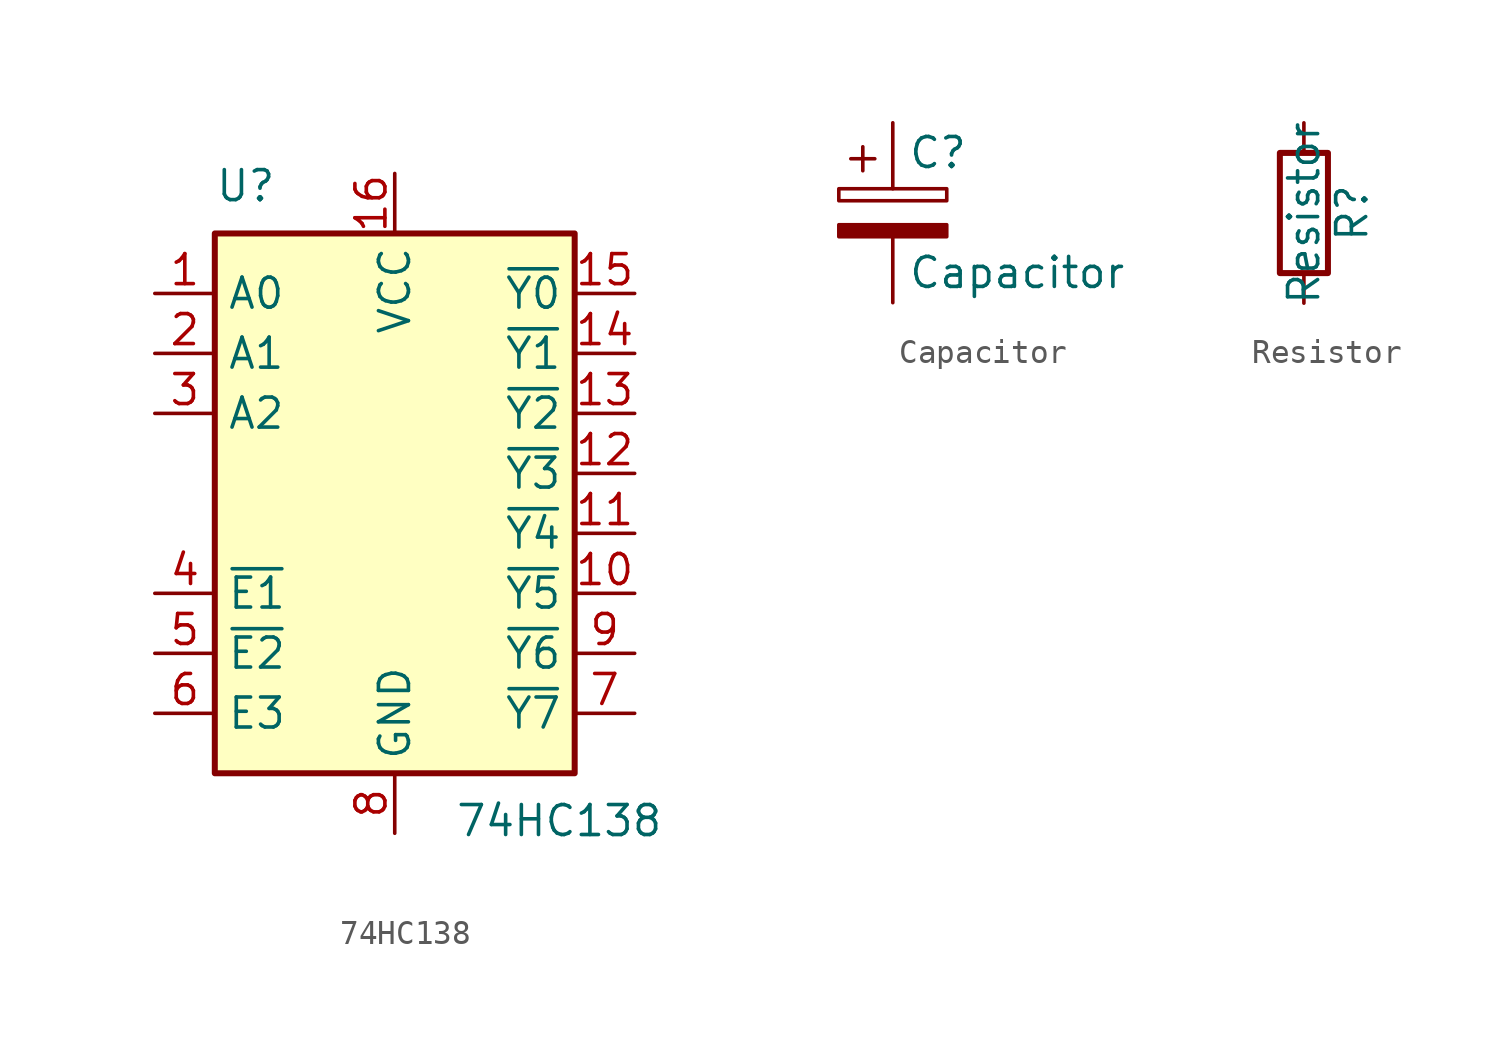
<source format=kicad_sym>
(kicad_symbol_lib
  (version 20220914)
  (generator kicad_symbol_editor)
  (symbol "74HC138"
    (property "Reference" "U"
      (at -7.62 13.97 0)
      (effects (font (size 1.27 1.27)) (justify left bottom)))
    (property "Value" "74HC138"
      (at 2.54 -11.43 0)
      (effects (font (size 1.27 1.27)) (justify left top)))
    (symbol "74HC138_0_1"
      (rectangle (start -7.62 12.7) (end 7.62 -10.16) (stroke (width 0.254) (type default)) (fill (type background))))
    (symbol "74HC138_1_1"
      (pin input line (at -10.16 10.16 0) (length 2.54) (name "A0" (effects (font (size 1.27 1.27)))) (number "1" (effects (font (size 1.27 1.27)))))
      (pin output line (at 10.16 -2.54 180) (length 2.54) (name "~{Y5}" (effects (font (size 1.27 1.27)))) (number "10" (effects (font (size 1.27 1.27)))))
      (pin output line (at 10.16 0 180) (length 2.54) (name "~{Y4}" (effects (font (size 1.27 1.27)))) (number "11" (effects (font (size 1.27 1.27)))))
      (pin output line (at 10.16 2.54 180) (length 2.54) (name "~{Y3}" (effects (font (size 1.27 1.27)))) (number "12" (effects (font (size 1.27 1.27)))))
      (pin output line (at 10.16 5.08 180) (length 2.54) (name "~{Y2}" (effects (font (size 1.27 1.27)))) (number "13" (effects (font (size 1.27 1.27)))))
      (pin output line (at 10.16 7.62 180) (length 2.54) (name "~{Y1}" (effects (font (size 1.27 1.27)))) (number "14" (effects (font (size 1.27 1.27)))))
      (pin output line (at 10.16 10.16 180) (length 2.54) (name "~{Y0}" (effects (font (size 1.27 1.27)))) (number "15" (effects (font (size 1.27 1.27)))))
      (pin power_in line (at 0 15.24 270) (length 2.54) (name "VCC" (effects (font (size 1.27 1.27)))) (number "16" (effects (font (size 1.27 1.27)))))
      (pin input line (at -10.16 7.62 0) (length 2.54) (name "A1" (effects (font (size 1.27 1.27)))) (number "2" (effects (font (size 1.27 1.27)))))
      (pin input line (at -10.16 5.08 0) (length 2.54) (name "A2" (effects (font (size 1.27 1.27)))) (number "3" (effects (font (size 1.27 1.27)))))
      (pin input line (at -10.16 -2.54 0) (length 2.54) (name "~{E1}" (effects (font (size 1.27 1.27)))) (number "4" (effects (font (size 1.27 1.27)))))
      (pin input line (at -10.16 -5.08 0) (length 2.54) (name "~{E2}" (effects (font (size 1.27 1.27)))) (number "5" (effects (font (size 1.27 1.27)))))
      (pin input line (at -10.16 -7.62 0) (length 2.54) (name "E3" (effects (font (size 1.27 1.27)))) (number "6" (effects (font (size 1.27 1.27)))))
      (pin output line (at 10.16 -7.62 180) (length 2.54) (name "~{Y7}" (effects (font (size 1.27 1.27)))) (number "7" (effects (font (size 1.27 1.27)))))
      (pin power_in line (at 0 -12.7 90) (length 2.54) (name "GND" (effects (font (size 1.27 1.27)))) (number "8" (effects (font (size 1.27 1.27)))))
      (pin output line (at 10.16 -5.08 180) (length 2.54) (name "~{Y6}" (effects (font (size 1.27 1.27)))) (number "9" (effects (font (size 1.27 1.27)))))))
  (symbol "Capacitor"
    (pin_numbers hide)
    (pin_names
      (offset 0.254))
    (property "Reference" "C"
      (at 0.635 2.54 0)
      (effects (font (size 1.27 1.27)) (justify left)))
    (property "Value" "Capacitor"
      (at 0.635 -2.54 0)
      (effects (font (size 1.27 1.27)) (justify left)))
    (symbol "Capacitor_0_1"
      (rectangle (start -2.286 -0.508) (end 2.286 -1.016) (stroke (width 0) (type default)) (fill (type outline)))
      (rectangle (start -2.286 0.508) (end 2.286 1.016) (stroke (width 0) (type default)) (fill (type none)))
      (polyline (pts (xy -1.778 2.286) (xy -0.762 2.286)) (stroke (width 0) (type default)) (fill (type none)))
      (polyline (pts (xy -1.27 2.794) (xy -1.27 1.778)) (stroke (width 0) (type default)) (fill (type none))))
    (symbol "Capacitor_1_1"
      (pin passive line (at 0 3.81 270) (length 2.794) (name "~" (effects (font (size 1.27 1.27)))) (number "1" (effects (font (size 1.27 1.27)))))
      (pin passive line (at 0 -3.81 90) (length 2.794) (name "~" (effects (font (size 1.27 1.27)))) (number "2" (effects (font (size 1.27 1.27)))))))
  (symbol "Resistor"
    (pin_numbers hide)
    (pin_names
      (offset 0))
    (property "Reference" "R"
      (at 2.032 0 90)
      (effects (font (size 1.27 1.27))))
    (property "Value" "Resistor"
      (at 0 0 90)
      (effects (font (size 1.27 1.27))))
    (symbol "Resistor_0_1"
      (rectangle (start -1.016 -2.54) (end 1.016 2.54) (stroke (width 0.254) (type default)) (fill (type none))))
    (symbol "Resistor_1_1"
      (pin passive line (at 0 3.81 270) (length 1.27) (name "~" (effects (font (size 1.27 1.27)))) (number "1" (effects (font (size 1.27 1.27)))))
      (pin passive line (at 0 -3.81 90) (length 1.27) (name "~" (effects (font (size 1.27 1.27)))) (number "2" (effects (font (size 1.27 1.27))))))))
</source>
